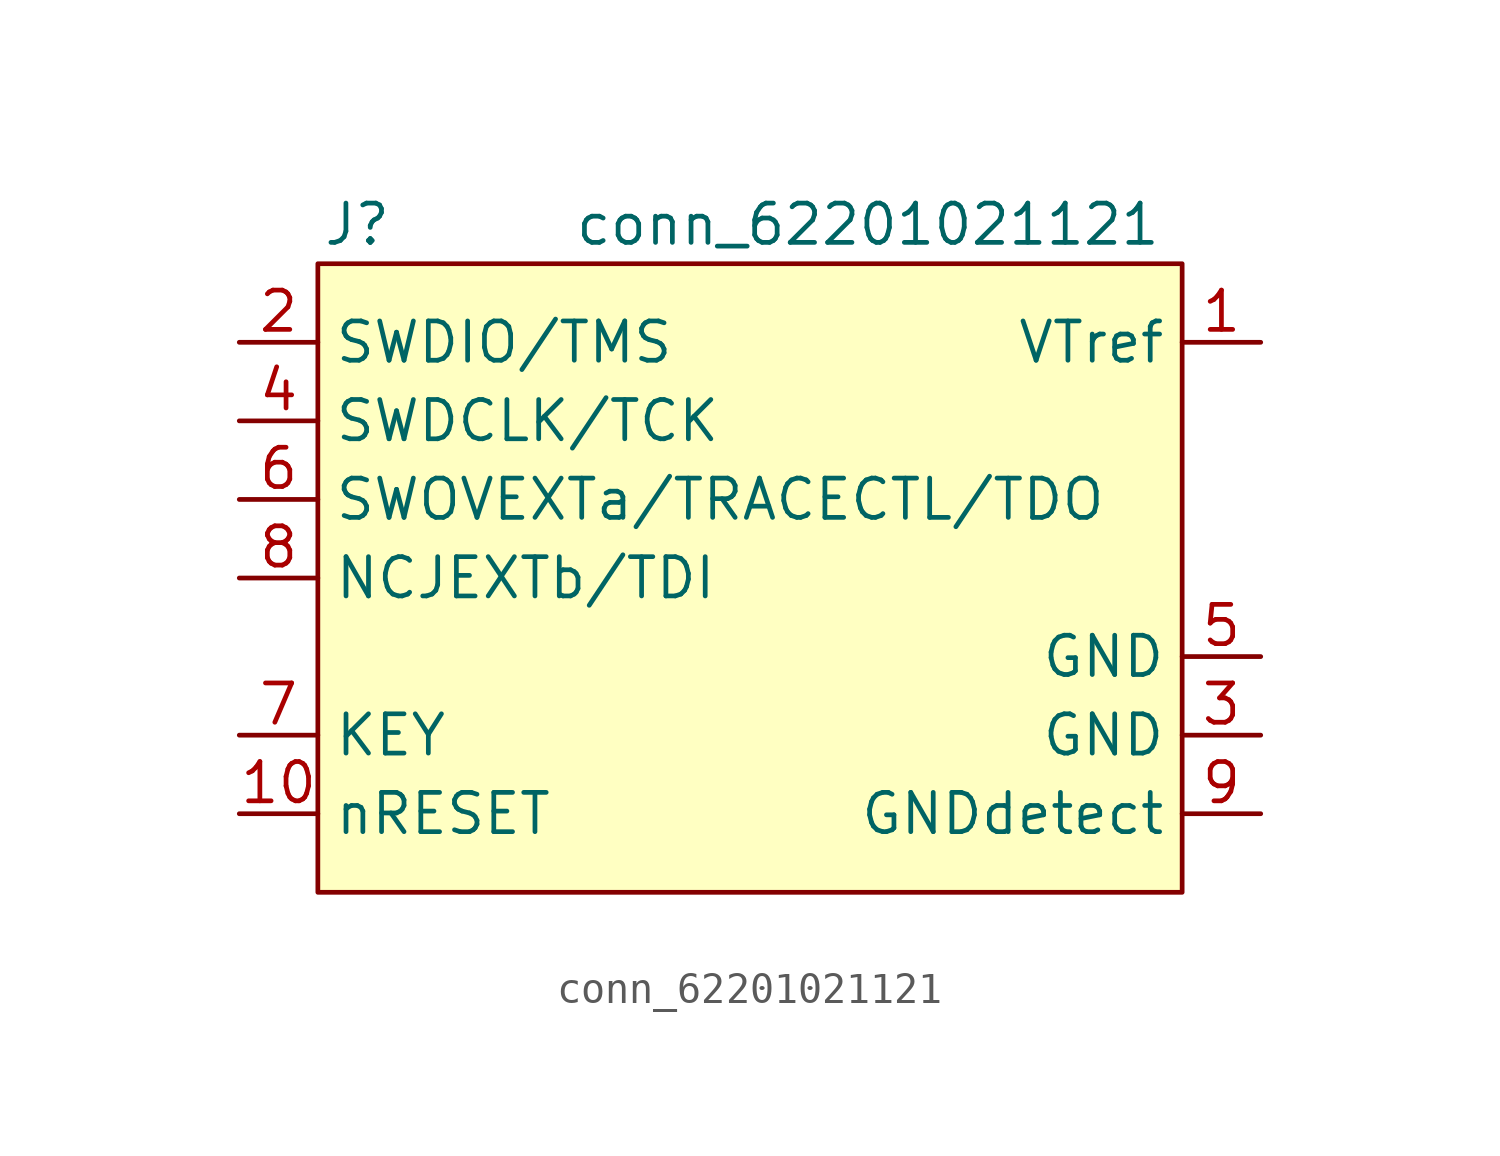
<source format=kicad_sym>
(kicad_symbol_lib
  (version 20220914)
  (generator kicad_symbol_editor)
  (symbol "conn_62201021121"
    (property "Reference" "J"
      (at -12.7 11.43 0)
      (effects (font (size 1.27 1.27))))
    (property "Value" "conn_62201021121"
      (at 3.81 11.43 0)
      (effects (font (size 1.27 1.27))))
    (symbol "conn_62201021121_1_1"
      (rectangle (start -13.97 10.16) (end 13.97 -10.16) (stroke (width 0) (type default)) (fill (type background)))
      (pin input line (at 16.51 7.62 180) (length 2.54) (name "VTref" (effects (font (size 1.27 1.27)))) (number "1" (effects (font (size 1.27 1.27)))))
      (pin input line (at -16.51 -7.62 0) (length 2.54) (name "nRESET" (effects (font (size 1.27 1.27)))) (number "10" (effects (font (size 1.27 1.27)))))
      (pin input line (at -16.51 7.62 0) (length 2.54) (name "SWDIO/TMS" (effects (font (size 1.27 1.27)))) (number "2" (effects (font (size 1.27 1.27)))))
      (pin input line (at 16.51 -5.08 180) (length 2.54) (name "GND" (effects (font (size 1.27 1.27)))) (number "3" (effects (font (size 1.27 1.27)))))
      (pin input line (at -16.51 5.08 0) (length 2.54) (name "SWDCLK/TCK" (effects (font (size 1.27 1.27)))) (number "4" (effects (font (size 1.27 1.27)))))
      (pin input line (at 16.51 -2.54 180) (length 2.54) (name "GND" (effects (font (size 1.27 1.27)))) (number "5" (effects (font (size 1.27 1.27)))))
      (pin input line (at -16.51 2.54 0) (length 2.54) (name "SWOVEXTa/TRACECTL/TDO" (effects (font (size 1.27 1.27)))) (number "6" (effects (font (size 1.27 1.27)))))
      (pin input line (at -16.51 -5.08 0) (length 2.54) (name "KEY" (effects (font (size 1.27 1.27)))) (number "7" (effects (font (size 1.27 1.27)))))
      (pin input line (at -16.51 0 0) (length 2.54) (name "NCJEXTb/TDI" (effects (font (size 1.27 1.27)))) (number "8" (effects (font (size 1.27 1.27)))))
      (pin input line (at 16.51 -7.62 180) (length 2.54) (name "GNDdetect" (effects (font (size 1.27 1.27)))) (number "9" (effects (font (size 1.27 1.27))))))))
</source>
